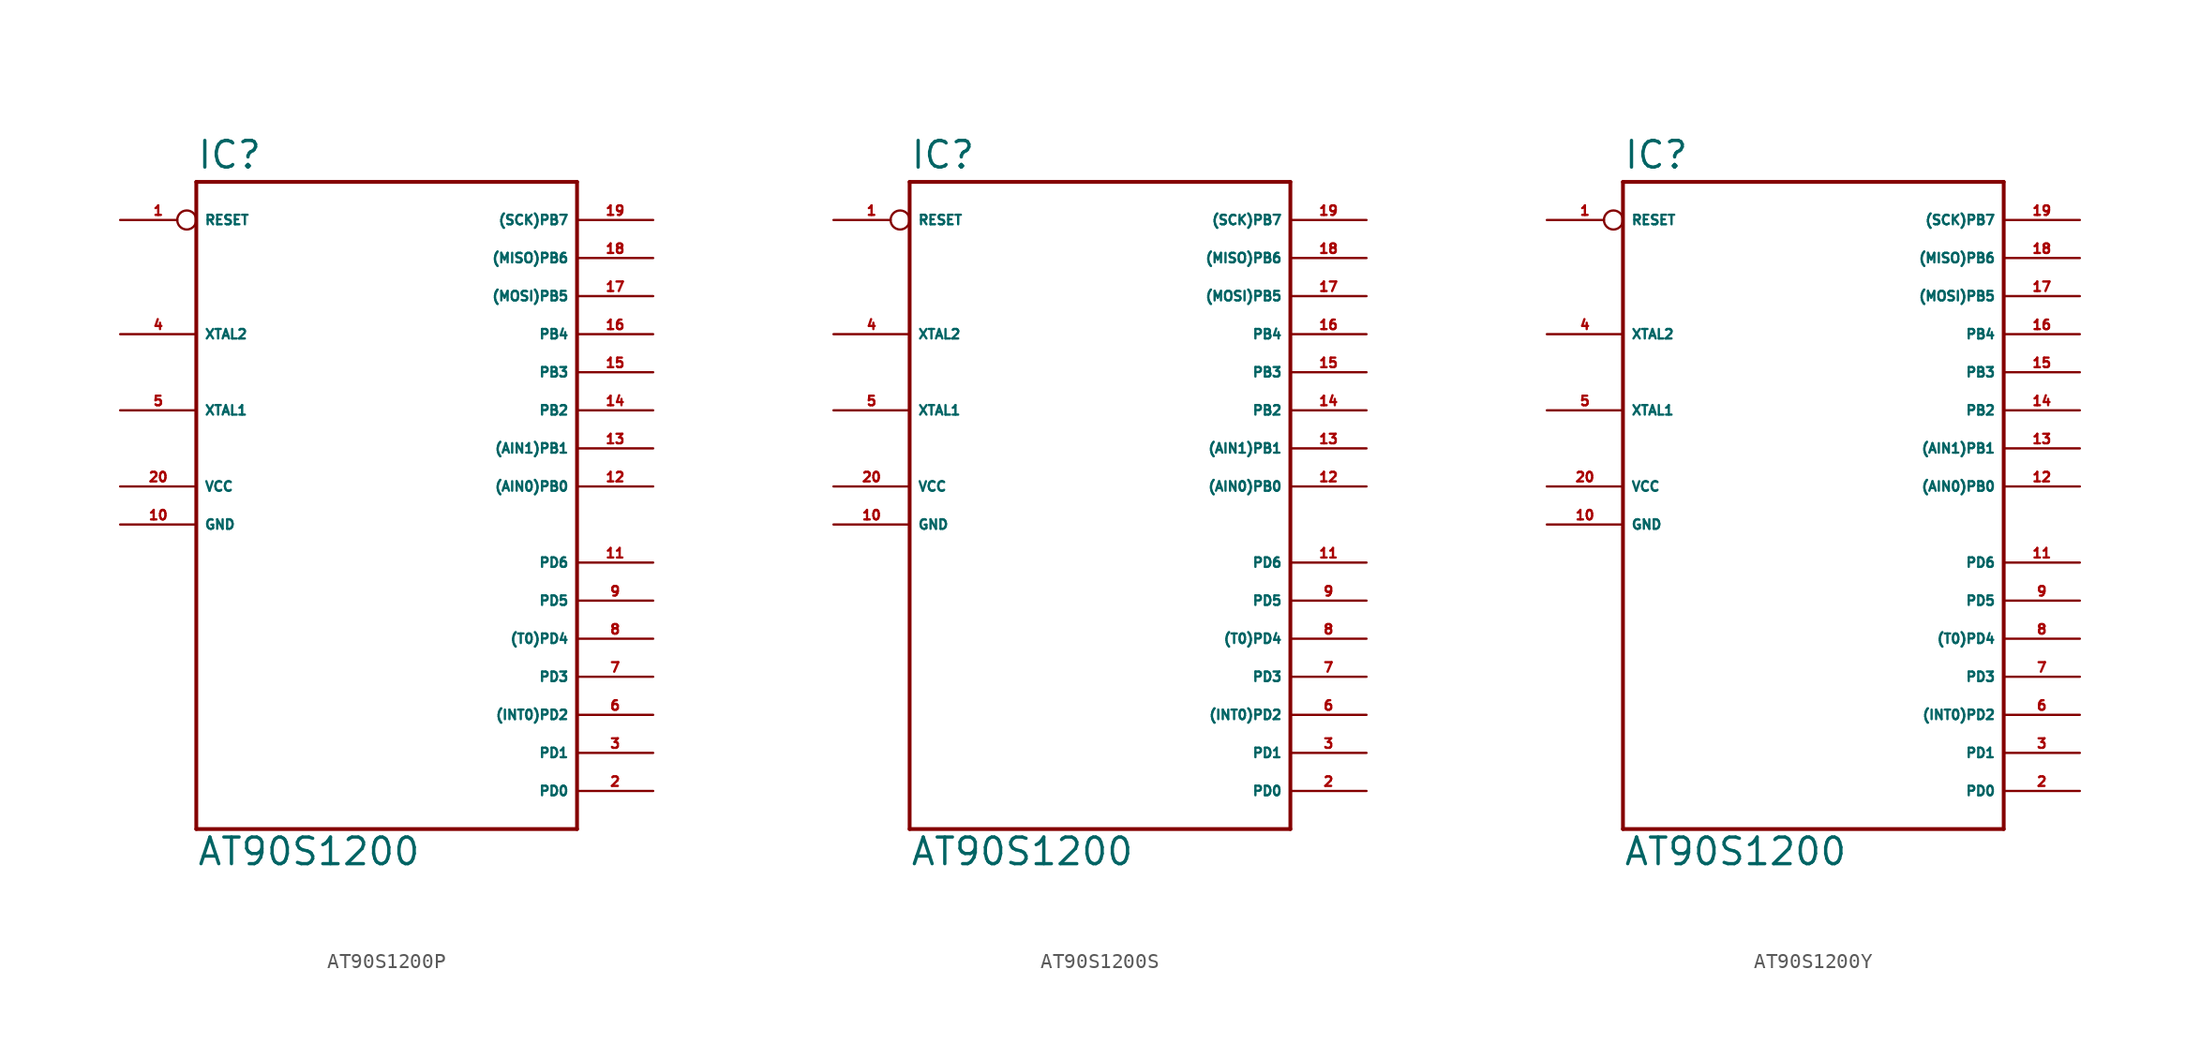
<source format=kicad_sym>
(kicad_symbol_lib
  (version 20220914)
  (generator Eagle2Kicad)
  (symbol "AT90S1200P"
    (property "Reference" "IC"
      (at -12.7 23.622 0)
      (effects (font (size 1.778 1.778) (thickness 0.22)) (justify left bottom)))
    (property "Value" "AT90S1200"
      (at -12.7 -22.86 0)
      (effects (font (size 1.778 1.778) (thickness 0.22)) (justify left bottom)))
    (polyline
      (pts (xy -12.7 22.86) (xy 12.7 22.86))
      (stroke (width 0.254) (type default))
      (fill (type none)))
    (polyline
      (pts (xy 12.7 22.86) (xy 12.7 -20.32))
      (stroke (width 0.254) (type default))
      (fill (type none)))
    (polyline
      (pts (xy 12.7 -20.32) (xy -12.7 -20.32))
      (stroke (width 0.254) (type default))
      (fill (type none)))
    (polyline
      (pts (xy -12.7 -20.32) (xy -12.7 22.86))
      (stroke (width 0.254) (type default))
      (fill (type none)))
    (pin bidirectional line
      (at 17.78 20.32 180)
      (length 5.08)
      (name "(SCK)PB7" (effects (font (size 0.635 0.635) (thickness 0.08)) (justify left bottom)))
      (number "19" (effects (font (size 0.635 0.635) (thickness 0.08)) (justify left bottom))))
    (pin bidirectional line
      (at 17.78 17.78 180)
      (length 5.08)
      (name "(MISO)PB6" (effects (font (size 0.635 0.635) (thickness 0.08)) (justify left bottom)))
      (number "18" (effects (font (size 0.635 0.635) (thickness 0.08)) (justify left bottom))))
    (pin bidirectional line
      (at 17.78 15.24 180)
      (length 5.08)
      (name "(MOSI)PB5" (effects (font (size 0.635 0.635) (thickness 0.08)) (justify left bottom)))
      (number "17" (effects (font (size 0.635 0.635) (thickness 0.08)) (justify left bottom))))
    (pin bidirectional line
      (at 17.78 12.7 180)
      (length 5.08)
      (name "PB4" (effects (font (size 0.635 0.635) (thickness 0.08)) (justify left bottom)))
      (number "16" (effects (font (size 0.635 0.635) (thickness 0.08)) (justify left bottom))))
    (pin bidirectional line
      (at 17.78 10.16 180)
      (length 5.08)
      (name "PB3" (effects (font (size 0.635 0.635) (thickness 0.08)) (justify left bottom)))
      (number "15" (effects (font (size 0.635 0.635) (thickness 0.08)) (justify left bottom))))
    (pin bidirectional line
      (at 17.78 7.62 180)
      (length 5.08)
      (name "PB2" (effects (font (size 0.635 0.635) (thickness 0.08)) (justify left bottom)))
      (number "14" (effects (font (size 0.635 0.635) (thickness 0.08)) (justify left bottom))))
    (pin bidirectional line
      (at 17.78 5.08 180)
      (length 5.08)
      (name "(AIN1)PB1" (effects (font (size 0.635 0.635) (thickness 0.08)) (justify left bottom)))
      (number "13" (effects (font (size 0.635 0.635) (thickness 0.08)) (justify left bottom))))
    (pin bidirectional line
      (at 17.78 2.54 180)
      (length 5.08)
      (name "(AIN0)PB0" (effects (font (size 0.635 0.635) (thickness 0.08)) (justify left bottom)))
      (number "12" (effects (font (size 0.635 0.635) (thickness 0.08)) (justify left bottom))))
    (pin bidirectional line
      (at 17.78 -2.54 180)
      (length 5.08)
      (name "PD6" (effects (font (size 0.635 0.635) (thickness 0.08)) (justify left bottom)))
      (number "11" (effects (font (size 0.635 0.635) (thickness 0.08)) (justify left bottom))))
    (pin bidirectional line
      (at 17.78 -5.08 180)
      (length 5.08)
      (name "PD5" (effects (font (size 0.635 0.635) (thickness 0.08)) (justify left bottom)))
      (number "9" (effects (font (size 0.635 0.635) (thickness 0.08)) (justify left bottom))))
    (pin bidirectional line
      (at 17.78 -7.62 180)
      (length 5.08)
      (name "(T0)PD4" (effects (font (size 0.635 0.635) (thickness 0.08)) (justify left bottom)))
      (number "8" (effects (font (size 0.635 0.635) (thickness 0.08)) (justify left bottom))))
    (pin bidirectional line
      (at 17.78 -10.16 180)
      (length 5.08)
      (name "PD3" (effects (font (size 0.635 0.635) (thickness 0.08)) (justify left bottom)))
      (number "7" (effects (font (size 0.635 0.635) (thickness 0.08)) (justify left bottom))))
    (pin bidirectional line
      (at 17.78 -12.7 180)
      (length 5.08)
      (name "(INT0)PD2" (effects (font (size 0.635 0.635) (thickness 0.08)) (justify left bottom)))
      (number "6" (effects (font (size 0.635 0.635) (thickness 0.08)) (justify left bottom))))
    (pin bidirectional line
      (at 17.78 -15.24 180)
      (length 5.08)
      (name "PD1" (effects (font (size 0.635 0.635) (thickness 0.08)) (justify left bottom)))
      (number "3" (effects (font (size 0.635 0.635) (thickness 0.08)) (justify left bottom))))
    (pin bidirectional line
      (at 17.78 -17.78 180)
      (length 5.08)
      (name "PD0" (effects (font (size 0.635 0.635) (thickness 0.08)) (justify left bottom)))
      (number "2" (effects (font (size 0.635 0.635) (thickness 0.08)) (justify left bottom))))
    (pin unspecified line
      (at -17.78 0 0)
      (length 5.08)
      (name "GND" (effects (font (size 0.635 0.635) (thickness 0.08)) (justify left bottom)))
      (number "10" (effects (font (size 0.635 0.635) (thickness 0.08)) (justify left bottom))))
    (pin unspecified line
      (at -17.78 2.54 0)
      (length 5.08)
      (name "VCC" (effects (font (size 0.635 0.635) (thickness 0.08)) (justify left bottom)))
      (number "20" (effects (font (size 0.635 0.635) (thickness 0.08)) (justify left bottom))))
    (pin bidirectional line
      (at -17.78 7.62 0)
      (length 5.08)
      (name "XTAL1" (effects (font (size 0.635 0.635) (thickness 0.08)) (justify left bottom)))
      (number "5" (effects (font (size 0.635 0.635) (thickness 0.08)) (justify left bottom))))
    (pin bidirectional line
      (at -17.78 12.7 0)
      (length 5.08)
      (name "XTAL2" (effects (font (size 0.635 0.635) (thickness 0.08)) (justify left bottom)))
      (number "4" (effects (font (size 0.635 0.635) (thickness 0.08)) (justify left bottom))))
    (pin bidirectional inverted
      (at -17.78 20.32 0)
      (length 5.08)
      (name "RESET" (effects (font (size 0.635 0.635) (thickness 0.08)) (justify left bottom)))
      (number "1" (effects (font (size 0.635 0.635) (thickness 0.08)) (justify left bottom)))))
  (symbol "AT90S1200S"
    (property "Reference" "IC"
      (at -12.7 23.622 0)
      (effects (font (size 1.778 1.778) (thickness 0.22)) (justify left bottom)))
    (property "Value" "AT90S1200"
      (at -12.7 -22.86 0)
      (effects (font (size 1.778 1.778) (thickness 0.22)) (justify left bottom)))
    (polyline
      (pts (xy -12.7 22.86) (xy 12.7 22.86))
      (stroke (width 0.254) (type default))
      (fill (type none)))
    (polyline
      (pts (xy 12.7 22.86) (xy 12.7 -20.32))
      (stroke (width 0.254) (type default))
      (fill (type none)))
    (polyline
      (pts (xy 12.7 -20.32) (xy -12.7 -20.32))
      (stroke (width 0.254) (type default))
      (fill (type none)))
    (polyline
      (pts (xy -12.7 -20.32) (xy -12.7 22.86))
      (stroke (width 0.254) (type default))
      (fill (type none)))
    (pin bidirectional line
      (at 17.78 20.32 180)
      (length 5.08)
      (name "(SCK)PB7" (effects (font (size 0.635 0.635) (thickness 0.08)) (justify left bottom)))
      (number "19" (effects (font (size 0.635 0.635) (thickness 0.08)) (justify left bottom))))
    (pin bidirectional line
      (at 17.78 17.78 180)
      (length 5.08)
      (name "(MISO)PB6" (effects (font (size 0.635 0.635) (thickness 0.08)) (justify left bottom)))
      (number "18" (effects (font (size 0.635 0.635) (thickness 0.08)) (justify left bottom))))
    (pin bidirectional line
      (at 17.78 15.24 180)
      (length 5.08)
      (name "(MOSI)PB5" (effects (font (size 0.635 0.635) (thickness 0.08)) (justify left bottom)))
      (number "17" (effects (font (size 0.635 0.635) (thickness 0.08)) (justify left bottom))))
    (pin bidirectional line
      (at 17.78 12.7 180)
      (length 5.08)
      (name "PB4" (effects (font (size 0.635 0.635) (thickness 0.08)) (justify left bottom)))
      (number "16" (effects (font (size 0.635 0.635) (thickness 0.08)) (justify left bottom))))
    (pin bidirectional line
      (at 17.78 10.16 180)
      (length 5.08)
      (name "PB3" (effects (font (size 0.635 0.635) (thickness 0.08)) (justify left bottom)))
      (number "15" (effects (font (size 0.635 0.635) (thickness 0.08)) (justify left bottom))))
    (pin bidirectional line
      (at 17.78 7.62 180)
      (length 5.08)
      (name "PB2" (effects (font (size 0.635 0.635) (thickness 0.08)) (justify left bottom)))
      (number "14" (effects (font (size 0.635 0.635) (thickness 0.08)) (justify left bottom))))
    (pin bidirectional line
      (at 17.78 5.08 180)
      (length 5.08)
      (name "(AIN1)PB1" (effects (font (size 0.635 0.635) (thickness 0.08)) (justify left bottom)))
      (number "13" (effects (font (size 0.635 0.635) (thickness 0.08)) (justify left bottom))))
    (pin bidirectional line
      (at 17.78 2.54 180)
      (length 5.08)
      (name "(AIN0)PB0" (effects (font (size 0.635 0.635) (thickness 0.08)) (justify left bottom)))
      (number "12" (effects (font (size 0.635 0.635) (thickness 0.08)) (justify left bottom))))
    (pin bidirectional line
      (at 17.78 -2.54 180)
      (length 5.08)
      (name "PD6" (effects (font (size 0.635 0.635) (thickness 0.08)) (justify left bottom)))
      (number "11" (effects (font (size 0.635 0.635) (thickness 0.08)) (justify left bottom))))
    (pin bidirectional line
      (at 17.78 -5.08 180)
      (length 5.08)
      (name "PD5" (effects (font (size 0.635 0.635) (thickness 0.08)) (justify left bottom)))
      (number "9" (effects (font (size 0.635 0.635) (thickness 0.08)) (justify left bottom))))
    (pin bidirectional line
      (at 17.78 -7.62 180)
      (length 5.08)
      (name "(T0)PD4" (effects (font (size 0.635 0.635) (thickness 0.08)) (justify left bottom)))
      (number "8" (effects (font (size 0.635 0.635) (thickness 0.08)) (justify left bottom))))
    (pin bidirectional line
      (at 17.78 -10.16 180)
      (length 5.08)
      (name "PD3" (effects (font (size 0.635 0.635) (thickness 0.08)) (justify left bottom)))
      (number "7" (effects (font (size 0.635 0.635) (thickness 0.08)) (justify left bottom))))
    (pin bidirectional line
      (at 17.78 -12.7 180)
      (length 5.08)
      (name "(INT0)PD2" (effects (font (size 0.635 0.635) (thickness 0.08)) (justify left bottom)))
      (number "6" (effects (font (size 0.635 0.635) (thickness 0.08)) (justify left bottom))))
    (pin bidirectional line
      (at 17.78 -15.24 180)
      (length 5.08)
      (name "PD1" (effects (font (size 0.635 0.635) (thickness 0.08)) (justify left bottom)))
      (number "3" (effects (font (size 0.635 0.635) (thickness 0.08)) (justify left bottom))))
    (pin bidirectional line
      (at 17.78 -17.78 180)
      (length 5.08)
      (name "PD0" (effects (font (size 0.635 0.635) (thickness 0.08)) (justify left bottom)))
      (number "2" (effects (font (size 0.635 0.635) (thickness 0.08)) (justify left bottom))))
    (pin unspecified line
      (at -17.78 0 0)
      (length 5.08)
      (name "GND" (effects (font (size 0.635 0.635) (thickness 0.08)) (justify left bottom)))
      (number "10" (effects (font (size 0.635 0.635) (thickness 0.08)) (justify left bottom))))
    (pin unspecified line
      (at -17.78 2.54 0)
      (length 5.08)
      (name "VCC" (effects (font (size 0.635 0.635) (thickness 0.08)) (justify left bottom)))
      (number "20" (effects (font (size 0.635 0.635) (thickness 0.08)) (justify left bottom))))
    (pin bidirectional line
      (at -17.78 7.62 0)
      (length 5.08)
      (name "XTAL1" (effects (font (size 0.635 0.635) (thickness 0.08)) (justify left bottom)))
      (number "5" (effects (font (size 0.635 0.635) (thickness 0.08)) (justify left bottom))))
    (pin bidirectional line
      (at -17.78 12.7 0)
      (length 5.08)
      (name "XTAL2" (effects (font (size 0.635 0.635) (thickness 0.08)) (justify left bottom)))
      (number "4" (effects (font (size 0.635 0.635) (thickness 0.08)) (justify left bottom))))
    (pin bidirectional inverted
      (at -17.78 20.32 0)
      (length 5.08)
      (name "RESET" (effects (font (size 0.635 0.635) (thickness 0.08)) (justify left bottom)))
      (number "1" (effects (font (size 0.635 0.635) (thickness 0.08)) (justify left bottom)))))
  (symbol "AT90S1200Y"
    (property "Reference" "IC"
      (at -12.7 23.622 0)
      (effects (font (size 1.778 1.778) (thickness 0.22)) (justify left bottom)))
    (property "Value" "AT90S1200"
      (at -12.7 -22.86 0)
      (effects (font (size 1.778 1.778) (thickness 0.22)) (justify left bottom)))
    (polyline
      (pts (xy -12.7 22.86) (xy 12.7 22.86))
      (stroke (width 0.254) (type default))
      (fill (type none)))
    (polyline
      (pts (xy 12.7 22.86) (xy 12.7 -20.32))
      (stroke (width 0.254) (type default))
      (fill (type none)))
    (polyline
      (pts (xy 12.7 -20.32) (xy -12.7 -20.32))
      (stroke (width 0.254) (type default))
      (fill (type none)))
    (polyline
      (pts (xy -12.7 -20.32) (xy -12.7 22.86))
      (stroke (width 0.254) (type default))
      (fill (type none)))
    (pin bidirectional line
      (at 17.78 20.32 180)
      (length 5.08)
      (name "(SCK)PB7" (effects (font (size 0.635 0.635) (thickness 0.08)) (justify left bottom)))
      (number "19" (effects (font (size 0.635 0.635) (thickness 0.08)) (justify left bottom))))
    (pin bidirectional line
      (at 17.78 17.78 180)
      (length 5.08)
      (name "(MISO)PB6" (effects (font (size 0.635 0.635) (thickness 0.08)) (justify left bottom)))
      (number "18" (effects (font (size 0.635 0.635) (thickness 0.08)) (justify left bottom))))
    (pin bidirectional line
      (at 17.78 15.24 180)
      (length 5.08)
      (name "(MOSI)PB5" (effects (font (size 0.635 0.635) (thickness 0.08)) (justify left bottom)))
      (number "17" (effects (font (size 0.635 0.635) (thickness 0.08)) (justify left bottom))))
    (pin bidirectional line
      (at 17.78 12.7 180)
      (length 5.08)
      (name "PB4" (effects (font (size 0.635 0.635) (thickness 0.08)) (justify left bottom)))
      (number "16" (effects (font (size 0.635 0.635) (thickness 0.08)) (justify left bottom))))
    (pin bidirectional line
      (at 17.78 10.16 180)
      (length 5.08)
      (name "PB3" (effects (font (size 0.635 0.635) (thickness 0.08)) (justify left bottom)))
      (number "15" (effects (font (size 0.635 0.635) (thickness 0.08)) (justify left bottom))))
    (pin bidirectional line
      (at 17.78 7.62 180)
      (length 5.08)
      (name "PB2" (effects (font (size 0.635 0.635) (thickness 0.08)) (justify left bottom)))
      (number "14" (effects (font (size 0.635 0.635) (thickness 0.08)) (justify left bottom))))
    (pin bidirectional line
      (at 17.78 5.08 180)
      (length 5.08)
      (name "(AIN1)PB1" (effects (font (size 0.635 0.635) (thickness 0.08)) (justify left bottom)))
      (number "13" (effects (font (size 0.635 0.635) (thickness 0.08)) (justify left bottom))))
    (pin bidirectional line
      (at 17.78 2.54 180)
      (length 5.08)
      (name "(AIN0)PB0" (effects (font (size 0.635 0.635) (thickness 0.08)) (justify left bottom)))
      (number "12" (effects (font (size 0.635 0.635) (thickness 0.08)) (justify left bottom))))
    (pin bidirectional line
      (at 17.78 -2.54 180)
      (length 5.08)
      (name "PD6" (effects (font (size 0.635 0.635) (thickness 0.08)) (justify left bottom)))
      (number "11" (effects (font (size 0.635 0.635) (thickness 0.08)) (justify left bottom))))
    (pin bidirectional line
      (at 17.78 -5.08 180)
      (length 5.08)
      (name "PD5" (effects (font (size 0.635 0.635) (thickness 0.08)) (justify left bottom)))
      (number "9" (effects (font (size 0.635 0.635) (thickness 0.08)) (justify left bottom))))
    (pin bidirectional line
      (at 17.78 -7.62 180)
      (length 5.08)
      (name "(T0)PD4" (effects (font (size 0.635 0.635) (thickness 0.08)) (justify left bottom)))
      (number "8" (effects (font (size 0.635 0.635) (thickness 0.08)) (justify left bottom))))
    (pin bidirectional line
      (at 17.78 -10.16 180)
      (length 5.08)
      (name "PD3" (effects (font (size 0.635 0.635) (thickness 0.08)) (justify left bottom)))
      (number "7" (effects (font (size 0.635 0.635) (thickness 0.08)) (justify left bottom))))
    (pin bidirectional line
      (at 17.78 -12.7 180)
      (length 5.08)
      (name "(INT0)PD2" (effects (font (size 0.635 0.635) (thickness 0.08)) (justify left bottom)))
      (number "6" (effects (font (size 0.635 0.635) (thickness 0.08)) (justify left bottom))))
    (pin bidirectional line
      (at 17.78 -15.24 180)
      (length 5.08)
      (name "PD1" (effects (font (size 0.635 0.635) (thickness 0.08)) (justify left bottom)))
      (number "3" (effects (font (size 0.635 0.635) (thickness 0.08)) (justify left bottom))))
    (pin bidirectional line
      (at 17.78 -17.78 180)
      (length 5.08)
      (name "PD0" (effects (font (size 0.635 0.635) (thickness 0.08)) (justify left bottom)))
      (number "2" (effects (font (size 0.635 0.635) (thickness 0.08)) (justify left bottom))))
    (pin unspecified line
      (at -17.78 0 0)
      (length 5.08)
      (name "GND" (effects (font (size 0.635 0.635) (thickness 0.08)) (justify left bottom)))
      (number "10" (effects (font (size 0.635 0.635) (thickness 0.08)) (justify left bottom))))
    (pin unspecified line
      (at -17.78 2.54 0)
      (length 5.08)
      (name "VCC" (effects (font (size 0.635 0.635) (thickness 0.08)) (justify left bottom)))
      (number "20" (effects (font (size 0.635 0.635) (thickness 0.08)) (justify left bottom))))
    (pin bidirectional line
      (at -17.78 7.62 0)
      (length 5.08)
      (name "XTAL1" (effects (font (size 0.635 0.635) (thickness 0.08)) (justify left bottom)))
      (number "5" (effects (font (size 0.635 0.635) (thickness 0.08)) (justify left bottom))))
    (pin bidirectional line
      (at -17.78 12.7 0)
      (length 5.08)
      (name "XTAL2" (effects (font (size 0.635 0.635) (thickness 0.08)) (justify left bottom)))
      (number "4" (effects (font (size 0.635 0.635) (thickness 0.08)) (justify left bottom))))
    (pin bidirectional inverted
      (at -17.78 20.32 0)
      (length 5.08)
      (name "RESET" (effects (font (size 0.635 0.635) (thickness 0.08)) (justify left bottom)))
      (number "1" (effects (font (size 0.635 0.635) (thickness 0.08)) (justify left bottom))))))
</source>
